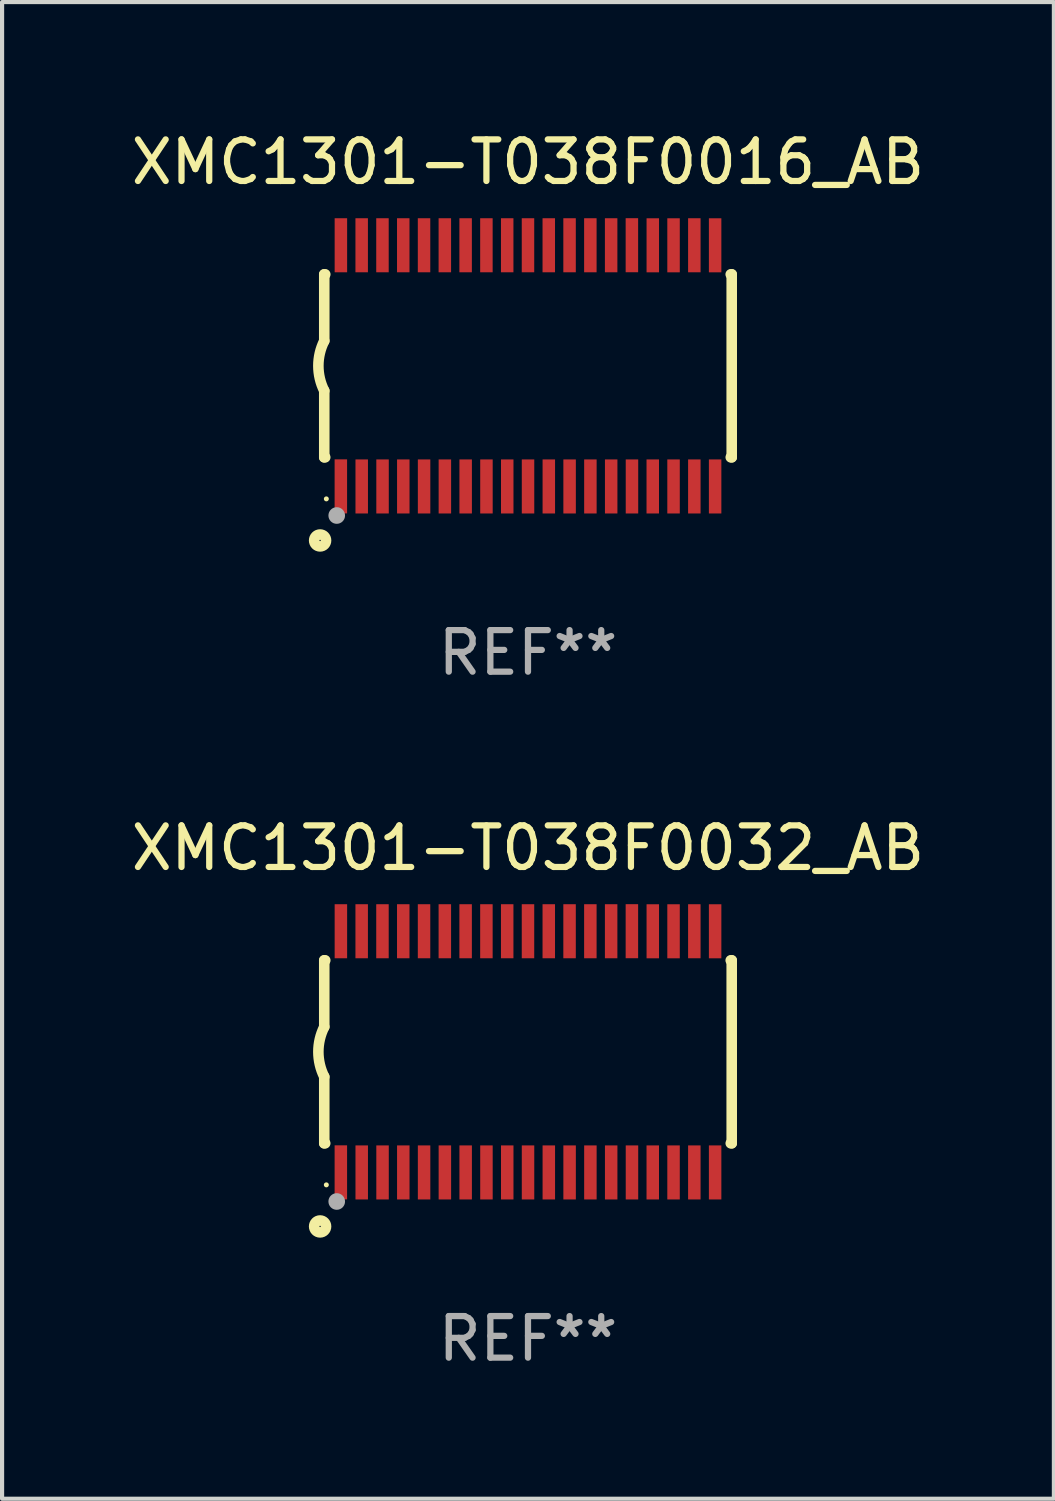
<source format=kicad_pcb>
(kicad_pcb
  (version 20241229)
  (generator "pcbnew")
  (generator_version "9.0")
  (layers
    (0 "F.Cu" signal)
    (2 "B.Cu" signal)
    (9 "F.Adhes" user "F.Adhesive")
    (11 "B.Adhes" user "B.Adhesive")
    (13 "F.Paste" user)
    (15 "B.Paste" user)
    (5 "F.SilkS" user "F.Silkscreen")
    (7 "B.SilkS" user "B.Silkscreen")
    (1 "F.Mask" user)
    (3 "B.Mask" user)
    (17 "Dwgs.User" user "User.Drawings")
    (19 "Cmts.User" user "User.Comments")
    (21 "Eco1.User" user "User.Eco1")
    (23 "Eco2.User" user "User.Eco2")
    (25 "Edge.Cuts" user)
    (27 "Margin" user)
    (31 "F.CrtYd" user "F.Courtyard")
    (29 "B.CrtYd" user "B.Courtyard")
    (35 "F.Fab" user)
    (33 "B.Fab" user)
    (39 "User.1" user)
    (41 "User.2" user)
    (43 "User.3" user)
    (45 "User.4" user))
  (footprint "XMC1301-T038F0016_AB"
    (layer "F.Cu")
    (at 9.649 5.749)
    (property "Reference" "XMC1301-T038F0016_AB" (at 0 -4.901 0) (layer "F.SilkS") (effects (font (size 1 1) (thickness 0.15))))
    (attr through_hole)
    (fp_line (start -4.9 -2.2) (end -4.9 -0.6) (stroke (width 0.254) (type solid)) (layer "F.SilkS"))
    (fp_line (start -4.9 -2.2) (end -4.876 -2.2) (stroke (width 0.254) (type solid)) (layer "F.SilkS"))
    (fp_line (start -4.9 2.2) (end -4.9 0.6) (stroke (width 0.254) (type solid)) (layer "F.SilkS"))
    (fp_line (start -4.9 2.2) (end -4.877 2.2) (stroke (width 0.254) (type solid)) (layer "F.SilkS"))
    (fp_line (start 4.876 -2.2) (end 4.9 -2.2) (stroke (width 0.254) (type solid)) (layer "F.SilkS"))
    (fp_line (start 4.877 2.2) (end 4.9 2.2) (stroke (width 0.254) (type solid)) (layer "F.SilkS"))
    (fp_line (start 4.9 -2.2) (end 4.9 2.2) (stroke (width 0.254) (type solid)) (layer "F.SilkS"))
    (fp_arc (start -4.900051 0.599822) (mid -5.041652 -0.000095) (end -4.9 -0.6) (stroke (width 0.254001) (type solid)) (layer "F.SilkS"))
    (fp_circle (center -5 4.2) (end -4.857 4.2) (stroke (width 0.254) (type solid)) (fill no) (layer "F.SilkS"))
    (fp_circle (center -4.85 3.2) (end -4.82 3.2) (stroke (width 0.06) (type solid)) (fill no) (layer "F.SilkS"))
    (fp_circle (center -4.6 3.6) (end -4.5 3.6) (stroke (width 0.2) (type solid)) (fill no) (layer "F.Fab"))
    (fp_text user "REF**" (at 0 6.901 0) (layer "F.Fab") (effects (font (size 1 1) (thickness 0.15))))
    (pad "1" smd rect (at -4.501 2.899 90) (size 1.3 0.3) (layers "F.Cu" "F.Mask" "F.Paste"))
    (pad "2" smd rect (at -3.999 2.901 90) (size 1.3 0.3) (layers "F.Cu" "F.Mask" "F.Paste"))
    (pad "3" smd rect (at -3.498 2.901 90) (size 1.3 0.3) (layers "F.Cu" "F.Mask" "F.Paste"))
    (pad "4" smd rect (at -2.999 2.901 90) (size 1.3 0.3) (layers "F.Cu" "F.Mask" "F.Paste"))
    (pad "5" smd rect (at -2.499 2.901 90) (size 1.3 0.3) (layers "F.Cu" "F.Mask" "F.Paste"))
    (pad "6" smd rect (at -1.999 2.901 90) (size 1.3 0.3) (layers "F.Cu" "F.Mask" "F.Paste"))
    (pad "7" smd rect (at -1.499 2.901 90) (size 1.3 0.3) (layers "F.Cu" "F.Mask" "F.Paste"))
    (pad "8" smd rect (at -0.999 2.901 90) (size 1.3 0.3) (layers "F.Cu" "F.Mask" "F.Paste"))
    (pad "9" smd rect (at -0.499 2.901 90) (size 1.3 0.3) (layers "F.Cu" "F.Mask" "F.Paste"))
    (pad "10" smd rect (at 0.001 2.901 90) (size 1.3 0.3) (layers "F.Cu" "F.Mask" "F.Paste"))
    (pad "11" smd rect (at 0.501 2.901 90) (size 1.3 0.3) (layers "F.Cu" "F.Mask" "F.Paste"))
    (pad "12" smd rect (at 1.001 2.901 90) (size 1.3 0.3) (layers "F.Cu" "F.Mask" "F.Paste"))
    (pad "13" smd rect (at 1.501 2.901 90) (size 1.3 0.3) (layers "F.Cu" "F.Mask" "F.Paste"))
    (pad "14" smd rect (at 2.001 2.901 90) (size 1.3 0.3) (layers "F.Cu" "F.Mask" "F.Paste"))
    (pad "15" smd rect (at 2.501 2.901 90) (size 1.3 0.3) (layers "F.Cu" "F.Mask" "F.Paste"))
    (pad "16" smd rect (at 3.001 2.901 90) (size 1.3 0.3) (layers "F.Cu" "F.Mask" "F.Paste"))
    (pad "17" smd rect (at 3.501 2.901 90) (size 1.3 0.3) (layers "F.Cu" "F.Mask" "F.Paste"))
    (pad "18" smd rect (at 4.001 2.901 90) (size 1.3 0.3) (layers "F.Cu" "F.Mask" "F.Paste"))
    (pad "19" smd rect (at 4.501 2.901 90) (size 1.3 0.3) (layers "F.Cu" "F.Mask" "F.Paste"))
    (pad "20" smd rect (at 4.501 -2.899 90) (size 1.3 0.3) (layers "F.Cu" "F.Mask" "F.Paste"))
    (pad "21" smd rect (at 4.001 -2.9 90) (size 1.3 0.3) (layers "F.Cu" "F.Mask" "F.Paste"))
    (pad "22" smd rect (at 3.501 -2.899 90) (size 1.3 0.3) (layers "F.Cu" "F.Mask" "F.Paste"))
    (pad "23" smd rect (at 3.002 -2.899 90) (size 1.3 0.3) (layers "F.Cu" "F.Mask" "F.Paste"))
    (pad "24" smd rect (at 2.499 -2.901 90) (size 1.3 0.3) (layers "F.Cu" "F.Mask" "F.Paste"))
    (pad "25" smd rect (at 2 -2.9 90) (size 1.3 0.3) (layers "F.Cu" "F.Mask" "F.Paste"))
    (pad "26" smd rect (at 1.5 -2.9 90) (size 1.3 0.3) (layers "F.Cu" "F.Mask" "F.Paste"))
    (pad "27" smd rect (at 1 -2.9 90) (size 1.3 0.3) (layers "F.Cu" "F.Mask" "F.Paste"))
    (pad "28" smd rect (at 0.5 -2.9 90) (size 1.3 0.3) (layers "F.Cu" "F.Mask" "F.Paste"))
    (pad "29" smd rect (at 0.000127 -2.9 90) (size 1.3 0.3) (layers "F.Cu" "F.Mask" "F.Paste"))
    (pad "30" smd rect (at -0.5 -2.9 90) (size 1.3 0.3) (layers "F.Cu" "F.Mask" "F.Paste"))
    (pad "31" smd rect (at -1 -2.9 90) (size 1.3 0.3) (layers "F.Cu" "F.Mask" "F.Paste"))
    (pad "32" smd rect (at -1.5 -2.9 90) (size 1.3 0.3) (layers "F.Cu" "F.Mask" "F.Paste"))
    (pad "33" smd rect (at -2 -2.9 90) (size 1.3 0.3) (layers "F.Cu" "F.Mask" "F.Paste"))
    (pad "34" smd rect (at -2.5 -2.9 90) (size 1.3 0.3) (layers "F.Cu" "F.Mask" "F.Paste"))
    (pad "35" smd rect (at -3 -2.9 90) (size 1.3 0.3) (layers "F.Cu" "F.Mask" "F.Paste"))
    (pad "36" smd rect (at -3.5 -2.9 90) (size 1.3 0.3) (layers "F.Cu" "F.Mask" "F.Paste"))
    (pad "37" smd rect (at -4 -2.9 90) (size 1.3 0.3) (layers "F.Cu" "F.Mask" "F.Paste"))
    (pad "38" smd rect (at -4.5 -2.9 90) (size 1.3 0.3) (layers "F.Cu" "F.Mask" "F.Paste")))
  (footprint "XMC1301-T038F0032_AB"
    (layer "F.Cu")
    (at 9.649 22.248)
    (property "Reference" "XMC1301-T038F0032_AB" (at 0 -4.901 0) (layer "F.SilkS") (effects (font (size 1 1) (thickness 0.15))))
    (attr through_hole)
    (fp_line (start -4.9 -2.2) (end -4.9 -0.6) (stroke (width 0.254) (type solid)) (layer "F.SilkS"))
    (fp_line (start -4.9 -2.2) (end -4.876 -2.2) (stroke (width 0.254) (type solid)) (layer "F.SilkS"))
    (fp_line (start -4.9 2.2) (end -4.9 0.6) (stroke (width 0.254) (type solid)) (layer "F.SilkS"))
    (fp_line (start -4.9 2.2) (end -4.877 2.2) (stroke (width 0.254) (type solid)) (layer "F.SilkS"))
    (fp_line (start 4.876 -2.2) (end 4.9 -2.2) (stroke (width 0.254) (type solid)) (layer "F.SilkS"))
    (fp_line (start 4.877 2.2) (end 4.9 2.2) (stroke (width 0.254) (type solid)) (layer "F.SilkS"))
    (fp_line (start 4.9 -2.2) (end 4.9 2.2) (stroke (width 0.254) (type solid)) (layer "F.SilkS"))
    (fp_arc (start -4.900051 0.599822) (mid -5.041652 -0.000095) (end -4.9 -0.6) (stroke (width 0.254001) (type solid)) (layer "F.SilkS"))
    (fp_circle (center -5 4.2) (end -4.857 4.2) (stroke (width 0.254) (type solid)) (fill no) (layer "F.SilkS"))
    (fp_circle (center -4.85 3.2) (end -4.82 3.2) (stroke (width 0.06) (type solid)) (fill no) (layer "F.SilkS"))
    (fp_circle (center -4.6 3.6) (end -4.5 3.6) (stroke (width 0.2) (type solid)) (fill no) (layer "F.Fab"))
    (fp_text user "REF**" (at 0 6.901 0) (layer "F.Fab") (effects (font (size 1 1) (thickness 0.15))))
    (pad "1" smd rect (at -4.501 2.899 90) (size 1.3 0.3) (layers "F.Cu" "F.Mask" "F.Paste"))
    (pad "2" smd rect (at -3.999 2.901 90) (size 1.3 0.3) (layers "F.Cu" "F.Mask" "F.Paste"))
    (pad "3" smd rect (at -3.498 2.901 90) (size 1.3 0.3) (layers "F.Cu" "F.Mask" "F.Paste"))
    (pad "4" smd rect (at -2.999 2.901 90) (size 1.3 0.3) (layers "F.Cu" "F.Mask" "F.Paste"))
    (pad "5" smd rect (at -2.499 2.901 90) (size 1.3 0.3) (layers "F.Cu" "F.Mask" "F.Paste"))
    (pad "6" smd rect (at -1.999 2.901 90) (size 1.3 0.3) (layers "F.Cu" "F.Mask" "F.Paste"))
    (pad "7" smd rect (at -1.499 2.901 90) (size 1.3 0.3) (layers "F.Cu" "F.Mask" "F.Paste"))
    (pad "8" smd rect (at -0.999 2.901 90) (size 1.3 0.3) (layers "F.Cu" "F.Mask" "F.Paste"))
    (pad "9" smd rect (at -0.499 2.901 90) (size 1.3 0.3) (layers "F.Cu" "F.Mask" "F.Paste"))
    (pad "10" smd rect (at 0.001 2.901 90) (size 1.3 0.3) (layers "F.Cu" "F.Mask" "F.Paste"))
    (pad "11" smd rect (at 0.501 2.901 90) (size 1.3 0.3) (layers "F.Cu" "F.Mask" "F.Paste"))
    (pad "12" smd rect (at 1.001 2.901 90) (size 1.3 0.3) (layers "F.Cu" "F.Mask" "F.Paste"))
    (pad "13" smd rect (at 1.501 2.901 90) (size 1.3 0.3) (layers "F.Cu" "F.Mask" "F.Paste"))
    (pad "14" smd rect (at 2.001 2.901 90) (size 1.3 0.3) (layers "F.Cu" "F.Mask" "F.Paste"))
    (pad "15" smd rect (at 2.501 2.901 90) (size 1.3 0.3) (layers "F.Cu" "F.Mask" "F.Paste"))
    (pad "16" smd rect (at 3.001 2.901 90) (size 1.3 0.3) (layers "F.Cu" "F.Mask" "F.Paste"))
    (pad "17" smd rect (at 3.501 2.901 90) (size 1.3 0.3) (layers "F.Cu" "F.Mask" "F.Paste"))
    (pad "18" smd rect (at 4.001 2.901 90) (size 1.3 0.3) (layers "F.Cu" "F.Mask" "F.Paste"))
    (pad "19" smd rect (at 4.501 2.901 90) (size 1.3 0.3) (layers "F.Cu" "F.Mask" "F.Paste"))
    (pad "20" smd rect (at 4.501 -2.899 90) (size 1.3 0.3) (layers "F.Cu" "F.Mask" "F.Paste"))
    (pad "21" smd rect (at 4.001 -2.9 90) (size 1.3 0.3) (layers "F.Cu" "F.Mask" "F.Paste"))
    (pad "22" smd rect (at 3.501 -2.899 90) (size 1.3 0.3) (layers "F.Cu" "F.Mask" "F.Paste"))
    (pad "23" smd rect (at 3.002 -2.899 90) (size 1.3 0.3) (layers "F.Cu" "F.Mask" "F.Paste"))
    (pad "24" smd rect (at 2.499 -2.901 90) (size 1.3 0.3) (layers "F.Cu" "F.Mask" "F.Paste"))
    (pad "25" smd rect (at 2 -2.9 90) (size 1.3 0.3) (layers "F.Cu" "F.Mask" "F.Paste"))
    (pad "26" smd rect (at 1.5 -2.9 90) (size 1.3 0.3) (layers "F.Cu" "F.Mask" "F.Paste"))
    (pad "27" smd rect (at 1 -2.9 90) (size 1.3 0.3) (layers "F.Cu" "F.Mask" "F.Paste"))
    (pad "28" smd rect (at 0.5 -2.9 90) (size 1.3 0.3) (layers "F.Cu" "F.Mask" "F.Paste"))
    (pad "29" smd rect (at 0.000127 -2.9 90) (size 1.3 0.3) (layers "F.Cu" "F.Mask" "F.Paste"))
    (pad "30" smd rect (at -0.5 -2.9 90) (size 1.3 0.3) (layers "F.Cu" "F.Mask" "F.Paste"))
    (pad "31" smd rect (at -1 -2.9 90) (size 1.3 0.3) (layers "F.Cu" "F.Mask" "F.Paste"))
    (pad "32" smd rect (at -1.5 -2.9 90) (size 1.3 0.3) (layers "F.Cu" "F.Mask" "F.Paste"))
    (pad "33" smd rect (at -2 -2.9 90) (size 1.3 0.3) (layers "F.Cu" "F.Mask" "F.Paste"))
    (pad "34" smd rect (at -2.5 -2.9 90) (size 1.3 0.3) (layers "F.Cu" "F.Mask" "F.Paste"))
    (pad "35" smd rect (at -3 -2.9 90) (size 1.3 0.3) (layers "F.Cu" "F.Mask" "F.Paste"))
    (pad "36" smd rect (at -3.5 -2.9 90) (size 1.3 0.3) (layers "F.Cu" "F.Mask" "F.Paste"))
    (pad "37" smd rect (at -4 -2.9 90) (size 1.3 0.3) (layers "F.Cu" "F.Mask" "F.Paste"))
    (pad "38" smd rect (at -4.5 -2.9 90) (size 1.3 0.3) (layers "F.Cu" "F.Mask" "F.Paste")))
  (gr_rect
    (start -3 -3)
    (end 22.298 32.997)
    (stroke (width 0.1) (type default))
    (fill no)
    (layer "Edge.Cuts")))
</source>
